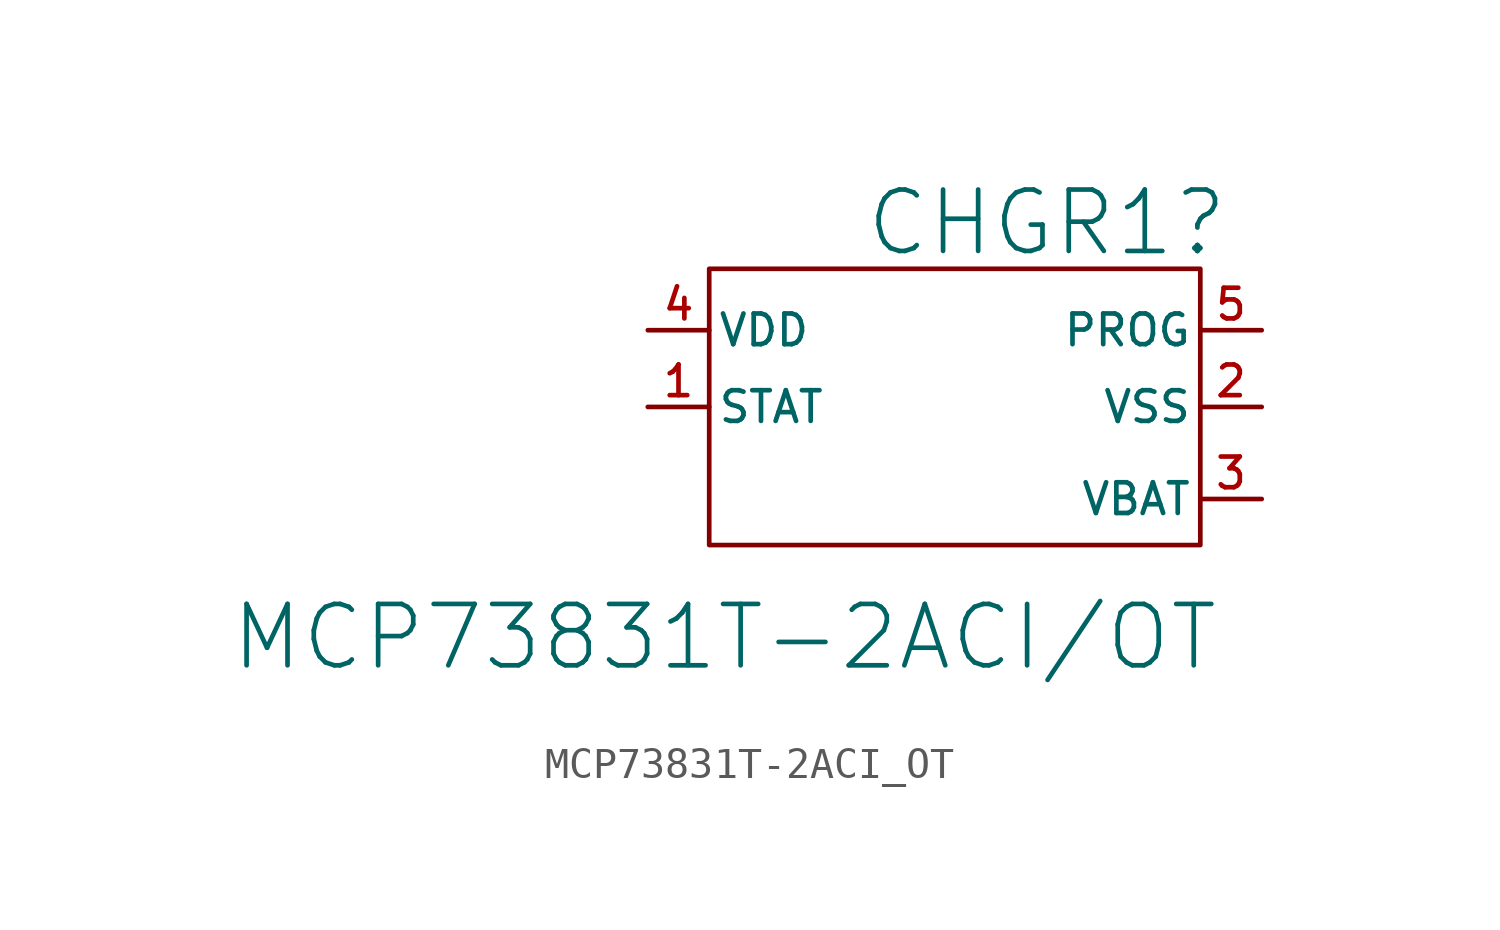
<source format=kicad_sym>
(kicad_symbol_lib
  (version 20220914)
  (generator kicad_symbol_editor)
  (symbol "MCP73831T-2ACI_OT"
    (pin_names
      (offset 0.254))
    (property "Reference" "CHGR1"
      (at 11 1.5 0)
      (effects (font (size 2 2))))
    (property "Value" "MCP73831T-2ACI/OT"
      (at 0.5 -12 0)
      (effects (font (size 2 2))))
    (property "ki_locked" ""
      (at 0 0 0)
      (effects (font (size 1.27 1.27))))
    (symbol "MCP73831T-2ACI_OT_1_1"
      (rectangle (start 0 0) (end 16 -9) (stroke (width 0) (type default)) (fill (type none)))
      (pin unspecified line (at -2 -4.5 0) (length 2) (name "STAT" (effects (font (size 1 1)))) (number "1" (effects (font (size 1 1)))))
      (pin unspecified line (at 18 -4.5 180) (length 2) (name "VSS" (effects (font (size 1 1)))) (number "2" (effects (font (size 1 1)))))
      (pin unspecified line (at 18 -7.5 180) (length 2) (name "VBAT" (effects (font (size 1 1)))) (number "3" (effects (font (size 1 1)))))
      (pin unspecified line (at -2 -2 0) (length 2) (name "VDD" (effects (font (size 1 1)))) (number "4" (effects (font (size 1 1)))))
      (pin unspecified line (at 18 -2 180) (length 2) (name "PROG" (effects (font (size 1 1)))) (number "5" (effects (font (size 1 1))))))))
</source>
